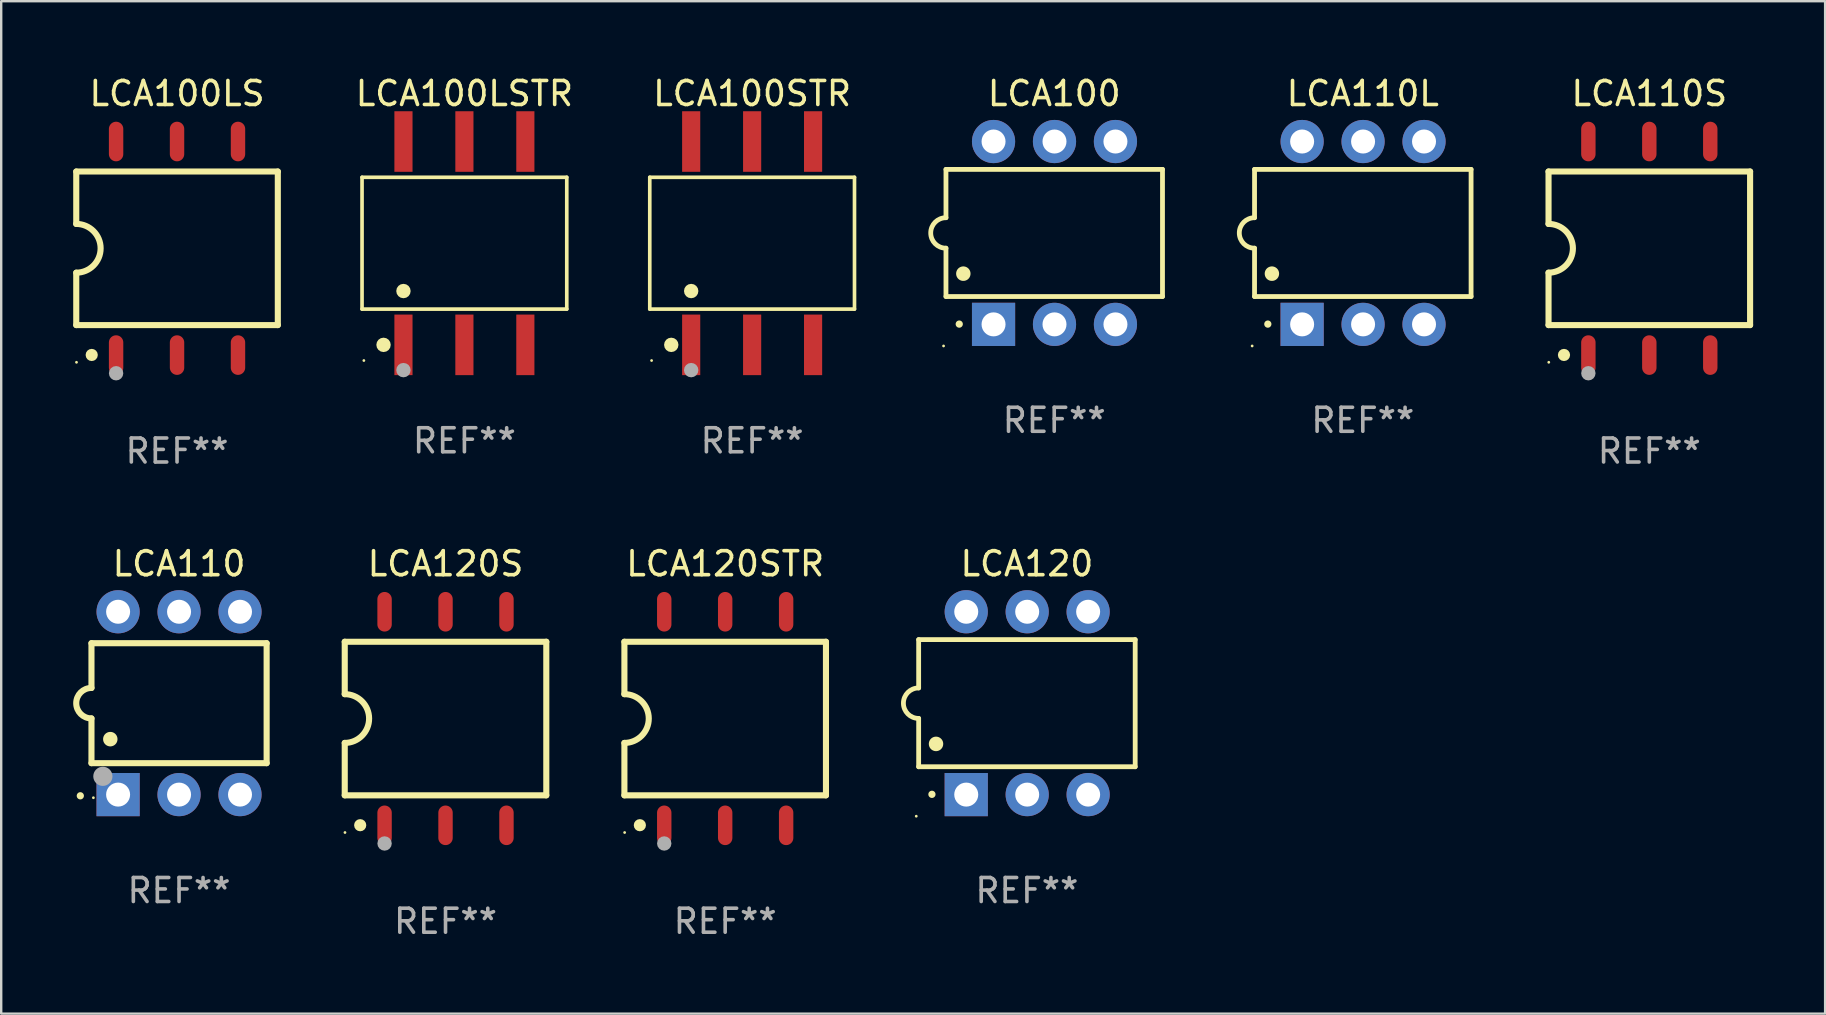
<source format=kicad_pcb>
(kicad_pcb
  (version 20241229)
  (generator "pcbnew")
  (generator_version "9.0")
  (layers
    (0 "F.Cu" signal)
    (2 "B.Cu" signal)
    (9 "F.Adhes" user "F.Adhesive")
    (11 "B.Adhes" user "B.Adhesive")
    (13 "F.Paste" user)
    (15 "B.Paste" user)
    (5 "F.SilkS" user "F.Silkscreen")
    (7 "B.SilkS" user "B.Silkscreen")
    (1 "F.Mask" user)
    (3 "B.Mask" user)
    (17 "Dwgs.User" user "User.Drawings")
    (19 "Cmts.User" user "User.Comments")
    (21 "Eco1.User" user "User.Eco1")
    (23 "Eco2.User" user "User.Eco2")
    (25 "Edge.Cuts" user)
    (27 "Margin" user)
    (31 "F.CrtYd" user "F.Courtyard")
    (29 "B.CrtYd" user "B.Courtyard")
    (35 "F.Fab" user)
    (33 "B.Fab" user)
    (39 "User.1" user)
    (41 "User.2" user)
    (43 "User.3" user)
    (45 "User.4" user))
  (footprint "LCA120"
    (layer "F.Cu")
    (at 39.747 26.255)
    (property "Reference" "LCA120" (at 0 -5.81 0) (layer "F.SilkS") (effects (font (size 1 1) (thickness 0.15))))
    (attr through_hole)
    (fp_line (start -4.512 -2.649) (end 4.512 -2.649) (stroke (width 0.2) (type solid)) (layer "F.SilkS"))
    (fp_line (start -4.512 -0.635) (end -4.512 -2.649) (stroke (width 0.2) (type solid)) (layer "F.SilkS"))
    (fp_line (start -4.512 2.649) (end -4.512 0.635) (stroke (width 0.2) (type solid)) (layer "F.SilkS"))
    (fp_line (start 4.512 -2.649) (end 4.512 2.649) (stroke (width 0.2) (type solid)) (layer "F.SilkS"))
    (fp_line (start 4.512 2.649) (end -4.512 2.649) (stroke (width 0.2) (type solid)) (layer "F.SilkS"))
    (fp_arc (start -4.512319 0.635001) (mid -5.14732 0) (end -4.512319 -0.635001) (stroke (width 0.2) (type solid)) (layer "F.SilkS"))
    (fp_arc (start -3.958598 3.799848) (mid -3.958603 3.798578) (end -3.958598 3.797308) (stroke (width 0.3) (type solid)) (layer "F.SilkS"))
    (fp_arc (start -3.788418 1.699263) (mid -3.788429 1.696723) (end -3.788418 1.694183) (stroke (width 0.6) (type solid)) (layer "F.SilkS"))
    (fp_circle (center -4.612 4.71) (end -4.582 4.71) (stroke (width 0.06) (type solid)) (fill no) (layer "F.SilkS"))
    (fp_text user "REF**" (at 0 7.81 0) (layer "F.Fab") (effects (font (size 1 1) (thickness 0.15))))
    (pad "1" thru_hole rect (at -2.529 3.81 90) (size 1.8 1.8) (drill 1) (layers "*.Cu" "*.Mask"))
    (pad "2" thru_hole circle (at 0.011 3.81) (size 1.8 1.8) (drill 1) (layers "*.Cu" "*.Mask"))
    (pad "3" thru_hole circle (at 2.551 3.81) (size 1.8 1.8) (drill 1) (layers "*.Cu" "*.Mask"))
    (pad "4" thru_hole circle (at 2.551 -3.81) (size 1.8 1.8) (drill 1) (layers "*.Cu" "*.Mask"))
    (pad "5" thru_hole circle (at 0.011 -3.81) (size 1.8 1.8) (drill 1) (layers "*.Cu" "*.Mask"))
    (pad "6" thru_hole circle (at -2.529 -3.81) (size 1.8 1.8) (drill 1) (layers "*.Cu" "*.Mask")))
  (footprint "LCA100LSTR"
    (layer "F.Cu")
    (at 16.304 7.085)
    (property "Reference" "LCA100LSTR" (at 0 -6.237 0) (layer "F.SilkS") (effects (font (size 1 1) (thickness 0.15))))
    (attr through_hole)
    (fp_line (start -4.266 -2.746) (end 4.266 -2.746) (stroke (width 0.152) (type solid)) (layer "F.SilkS"))
    (fp_line (start -4.266 2.746) (end -4.266 -2.746) (stroke (width 0.152) (type solid)) (layer "F.SilkS"))
    (fp_line (start 4.266 -2.746) (end 4.266 2.746) (stroke (width 0.152) (type solid)) (layer "F.SilkS"))
    (fp_line (start 4.266 2.746) (end -4.266 2.746) (stroke (width 0.152) (type solid)) (layer "F.SilkS"))
    (fp_circle (center -4.19 4.89) (end -4.16 4.89) (stroke (width 0.06) (type solid)) (fill no) (layer "F.SilkS"))
    (fp_circle (center -3.37 4.237) (end -3.22 4.237) (stroke (width 0.3) (type solid)) (fill no) (layer "F.SilkS"))
    (fp_circle (center -2.54 1.994) (end -2.39 1.994) (stroke (width 0.3) (type solid)) (fill no) (layer "F.SilkS"))
    (fp_circle (center -2.54 5.29) (end -2.39 5.29) (stroke (width 0.3) (type solid)) (fill no) (layer "F.Fab"))
    (fp_text user "REF**" (at 0 8.237 0) (layer "F.Fab") (effects (font (size 1 1) (thickness 0.15))))
    (pad "1" smd rect (at -2.54 4.237) (size 0.756 2.524) (layers "F.Cu" "F.Mask" "F.Paste"))
    (pad "2" smd rect (at 0 4.237) (size 0.756 2.524) (layers "F.Cu" "F.Mask" "F.Paste"))
    (pad "3" smd rect (at 2.54 4.237) (size 0.756 2.524) (layers "F.Cu" "F.Mask" "F.Paste"))
    (pad "4" smd rect (at 2.54 -4.237) (size 0.756 2.524) (layers "F.Cu" "F.Mask" "F.Paste"))
    (pad "5" smd rect (at 0 -4.237) (size 0.756 2.524) (layers "F.Cu" "F.Mask" "F.Paste"))
    (pad "6" smd rect (at -2.54 -4.237) (size 0.756 2.524) (layers "F.Cu" "F.Mask" "F.Paste")))
  (footprint "LCA120STR"
    (layer "F.Cu")
    (at 27.172 26.895)
    (property "Reference" "LCA120STR" (at 0 -6.45 0) (layer "F.SilkS") (effects (font (size 1 1) (thickness 0.15))))
    (attr through_hole)
    (fp_line (start -4.2 -3.2) (end -4.2 -1.016) (stroke (width 0.254) (type solid)) (layer "F.SilkS"))
    (fp_line (start -4.2 -3.2) (end 4.2 -3.2) (stroke (width 0.254) (type solid)) (layer "F.SilkS"))
    (fp_line (start -4.2 3.2) (end -4.2 1.016) (stroke (width 0.254) (type solid)) (layer "F.SilkS"))
    (fp_line (start 4.2 -3.2) (end 4.2 3.2) (stroke (width 0.254) (type solid)) (layer "F.SilkS"))
    (fp_line (start 4.2 3.2) (end -4.2 3.2) (stroke (width 0.254) (type solid)) (layer "F.SilkS"))
    (fp_arc (start -4.201169 -1.016003) (mid -3.185166 -0.000585) (end -4.2 1.016002) (stroke (width 0.254001) (type solid)) (layer "F.SilkS"))
    (fp_circle (center -4.19 4.75) (end -4.16 4.75) (stroke (width 0.06) (type solid)) (fill no) (layer "F.SilkS"))
    (fp_circle (center -3.556 4.445) (end -3.429 4.445) (stroke (width 0.254) (type solid)) (fill no) (layer "F.SilkS"))
    (fp_circle (center -2.54 5.207) (end -2.39 5.207) (stroke (width 0.3) (type solid)) (fill no) (layer "F.Fab"))
    (fp_text user "REF**" (at 0 8.45 0) (layer "F.Fab") (effects (font (size 1 1) (thickness 0.15))))
    (pad "1" smd oval (at -2.54 4.45 90) (size 1.65 0.6) (layers "F.Cu" "F.Mask" "F.Paste"))
    (pad "2" smd oval (at 0 4.45 90) (size 1.65 0.6) (layers "F.Cu" "F.Mask" "F.Paste"))
    (pad "3" smd oval (at 2.54 4.45 90) (size 1.65 0.6) (layers "F.Cu" "F.Mask" "F.Paste"))
    (pad "4" smd oval (at 2.54 -4.45 90) (size 1.65 0.6) (layers "F.Cu" "F.Mask" "F.Paste"))
    (pad "5" smd oval (at 0 -4.45 90) (size 1.65 0.6) (layers "F.Cu" "F.Mask" "F.Paste"))
    (pad "6" smd oval (at -2.54 -4.45 90) (size 1.65 0.6) (layers "F.Cu" "F.Mask" "F.Paste")))
  (footprint "LCA110"
    (layer "F.Cu")
    (at 4.412 26.255)
    (property "Reference" "LCA110" (at 0 -5.81 0) (layer "F.SilkS") (effects (font (size 1 1) (thickness 0.15))))
    (attr through_hole)
    (fp_line (start -3.65 -2.5) (end 3.65 -2.5) (stroke (width 0.254) (type solid)) (layer "F.SilkS"))
    (fp_line (start -3.65 -0.635) (end -3.65 -2.5) (stroke (width 0.254) (type solid)) (layer "F.SilkS"))
    (fp_line (start -3.65 0.635) (end -3.65 2.5) (stroke (width 0.254) (type solid)) (layer "F.SilkS"))
    (fp_line (start -3.65 2.5) (end 3.65 2.5) (stroke (width 0.254) (type solid)) (layer "F.SilkS"))
    (fp_line (start 3.65 -2.5) (end 3.65 2.5) (stroke (width 0.254) (type solid)) (layer "F.SilkS"))
    (fp_arc (start -4.114808 3.860808) (mid -4.114813 3.859538) (end -4.114808 3.858268) (stroke (width 0.3) (type solid)) (layer "F.SilkS"))
    (fp_arc (start -3.650013 0.635001) (mid -4.285014 0) (end -3.650013 -0.635001) (stroke (width 0.254001) (type solid)) (layer "F.SilkS"))
    (fp_arc (start -2.865405 1.501143) (mid -2.865416 1.498603) (end -2.865405 1.496063) (stroke (width 0.6) (type solid)) (layer "F.SilkS"))
    (fp_circle (center -3.57 3.94) (end -3.54 3.94) (stroke (width 0.06) (type solid)) (fill no) (layer "F.SilkS"))
    (fp_circle (center -3.175 3.048) (end -2.975 3.048) (stroke (width 0.4) (type solid)) (fill no) (layer "F.Fab"))
    (fp_text user "REF**" (at 0 7.81 0) (layer "F.Fab") (effects (font (size 1 1) (thickness 0.15))))
    (pad "1" thru_hole rect (at -2.54 3.81 90) (size 1.8 1.8) (drill 1) (layers "*.Cu" "*.Mask"))
    (pad "2" thru_hole circle (at 0 3.81) (size 1.8 1.8) (drill 1) (layers "*.Cu" "*.Mask"))
    (pad "3" thru_hole circle (at 2.54 3.81) (size 1.8 1.8) (drill 1) (layers "*.Cu" "*.Mask"))
    (pad "4" thru_hole circle (at 2.54 -3.81) (size 1.8 1.8) (drill 1) (layers "*.Cu" "*.Mask"))
    (pad "5" thru_hole circle (at 0 -3.81) (size 1.8 1.8) (drill 1) (layers "*.Cu" "*.Mask"))
    (pad "6" thru_hole circle (at -2.54 -3.81) (size 1.8 1.8) (drill 1) (layers "*.Cu" "*.Mask")))
  (footprint "LCA100LS"
    (layer "F.Cu")
    (at 4.328 7.298)
    (property "Reference" "LCA100LS" (at 0 -6.45 0) (layer "F.SilkS") (effects (font (size 1 1) (thickness 0.15))))
    (attr through_hole)
    (fp_line (start -4.2 -3.2) (end -4.2 -1.016) (stroke (width 0.254) (type solid)) (layer "F.SilkS"))
    (fp_line (start -4.2 -3.2) (end 4.2 -3.2) (stroke (width 0.254) (type solid)) (layer "F.SilkS"))
    (fp_line (start -4.2 3.2) (end -4.2 1.016) (stroke (width 0.254) (type solid)) (layer "F.SilkS"))
    (fp_line (start 4.2 -3.2) (end 4.2 3.2) (stroke (width 0.254) (type solid)) (layer "F.SilkS"))
    (fp_line (start 4.2 3.2) (end -4.2 3.2) (stroke (width 0.254) (type solid)) (layer "F.SilkS"))
    (fp_arc (start -4.201169 -1.016003) (mid -3.185166 -0.000585) (end -4.2 1.016002) (stroke (width 0.254001) (type solid)) (layer "F.SilkS"))
    (fp_circle (center -4.19 4.75) (end -4.16 4.75) (stroke (width 0.06) (type solid)) (fill no) (layer "F.SilkS"))
    (fp_circle (center -3.556 4.445) (end -3.429 4.445) (stroke (width 0.254) (type solid)) (fill no) (layer "F.SilkS"))
    (fp_circle (center -2.54 5.207) (end -2.39 5.207) (stroke (width 0.3) (type solid)) (fill no) (layer "F.Fab"))
    (fp_text user "REF**" (at 0 8.45 0) (layer "F.Fab") (effects (font (size 1 1) (thickness 0.15))))
    (pad "1" smd oval (at -2.54 4.45 90) (size 1.65 0.6) (layers "F.Cu" "F.Mask" "F.Paste"))
    (pad "2" smd oval (at 0 4.45 90) (size 1.65 0.6) (layers "F.Cu" "F.Mask" "F.Paste"))
    (pad "3" smd oval (at 2.54 4.45 90) (size 1.65 0.6) (layers "F.Cu" "F.Mask" "F.Paste"))
    (pad "4" smd oval (at 2.54 -4.45 90) (size 1.65 0.6) (layers "F.Cu" "F.Mask" "F.Paste"))
    (pad "5" smd oval (at 0 -4.45 90) (size 1.65 0.6) (layers "F.Cu" "F.Mask" "F.Paste"))
    (pad "6" smd oval (at -2.54 -4.45 90) (size 1.65 0.6) (layers "F.Cu" "F.Mask" "F.Paste")))
  (footprint "LCA120S"
    (layer "F.Cu")
    (at 15.517 26.895)
    (property "Reference" "LCA120S" (at 0 -6.45 0) (layer "F.SilkS") (effects (font (size 1 1) (thickness 0.15))))
    (attr through_hole)
    (fp_line (start -4.2 -3.2) (end -4.2 -1.016) (stroke (width 0.254) (type solid)) (layer "F.SilkS"))
    (fp_line (start -4.2 -3.2) (end 4.2 -3.2) (stroke (width 0.254) (type solid)) (layer "F.SilkS"))
    (fp_line (start -4.2 3.2) (end -4.2 1.016) (stroke (width 0.254) (type solid)) (layer "F.SilkS"))
    (fp_line (start 4.2 -3.2) (end 4.2 3.2) (stroke (width 0.254) (type solid)) (layer "F.SilkS"))
    (fp_line (start 4.2 3.2) (end -4.2 3.2) (stroke (width 0.254) (type solid)) (layer "F.SilkS"))
    (fp_arc (start -4.201169 -1.016003) (mid -3.185166 -0.000585) (end -4.2 1.016002) (stroke (width 0.254001) (type solid)) (layer "F.SilkS"))
    (fp_circle (center -4.19 4.75) (end -4.16 4.75) (stroke (width 0.06) (type solid)) (fill no) (layer "F.SilkS"))
    (fp_circle (center -3.556 4.445) (end -3.429 4.445) (stroke (width 0.254) (type solid)) (fill no) (layer "F.SilkS"))
    (fp_circle (center -2.54 5.207) (end -2.39 5.207) (stroke (width 0.3) (type solid)) (fill no) (layer "F.Fab"))
    (fp_text user "REF**" (at 0 8.45 0) (layer "F.Fab") (effects (font (size 1 1) (thickness 0.15))))
    (pad "1" smd oval (at -2.54 4.45 90) (size 1.65 0.6) (layers "F.Cu" "F.Mask" "F.Paste"))
    (pad "2" smd oval (at 0 4.45 90) (size 1.65 0.6) (layers "F.Cu" "F.Mask" "F.Paste"))
    (pad "3" smd oval (at 2.54 4.45 90) (size 1.65 0.6) (layers "F.Cu" "F.Mask" "F.Paste"))
    (pad "4" smd oval (at 2.54 -4.45 90) (size 1.65 0.6) (layers "F.Cu" "F.Mask" "F.Paste"))
    (pad "5" smd oval (at 0 -4.45 90) (size 1.65 0.6) (layers "F.Cu" "F.Mask" "F.Paste"))
    (pad "6" smd oval (at -2.54 -4.45 90) (size 1.65 0.6) (layers "F.Cu" "F.Mask" "F.Paste")))
  (footprint "LCA100STR"
    (layer "F.Cu")
    (at 28.295 7.085)
    (property "Reference" "LCA100STR" (at 0 -6.237 0) (layer "F.SilkS") (effects (font (size 1 1) (thickness 0.15))))
    (attr through_hole)
    (fp_line (start -4.266 -2.746) (end 4.266 -2.746) (stroke (width 0.152) (type solid)) (layer "F.SilkS"))
    (fp_line (start -4.266 2.746) (end -4.266 -2.746) (stroke (width 0.152) (type solid)) (layer "F.SilkS"))
    (fp_line (start 4.266 -2.746) (end 4.266 2.746) (stroke (width 0.152) (type solid)) (layer "F.SilkS"))
    (fp_line (start 4.266 2.746) (end -4.266 2.746) (stroke (width 0.152) (type solid)) (layer "F.SilkS"))
    (fp_circle (center -4.19 4.89) (end -4.16 4.89) (stroke (width 0.06) (type solid)) (fill no) (layer "F.SilkS"))
    (fp_circle (center -3.37 4.237) (end -3.22 4.237) (stroke (width 0.3) (type solid)) (fill no) (layer "F.SilkS"))
    (fp_circle (center -2.54 1.994) (end -2.39 1.994) (stroke (width 0.3) (type solid)) (fill no) (layer "F.SilkS"))
    (fp_circle (center -2.54 5.29) (end -2.39 5.29) (stroke (width 0.3) (type solid)) (fill no) (layer "F.Fab"))
    (fp_text user "REF**" (at 0 8.237 0) (layer "F.Fab") (effects (font (size 1 1) (thickness 0.15))))
    (pad "1" smd rect (at -2.54 4.237) (size 0.756 2.524) (layers "F.Cu" "F.Mask" "F.Paste"))
    (pad "2" smd rect (at 0 4.237) (size 0.756 2.524) (layers "F.Cu" "F.Mask" "F.Paste"))
    (pad "3" smd rect (at 2.54 4.237) (size 0.756 2.524) (layers "F.Cu" "F.Mask" "F.Paste"))
    (pad "4" smd rect (at 2.54 -4.237) (size 0.756 2.524) (layers "F.Cu" "F.Mask" "F.Paste"))
    (pad "5" smd rect (at 0 -4.237) (size 0.756 2.524) (layers "F.Cu" "F.Mask" "F.Paste"))
    (pad "6" smd rect (at -2.54 -4.237) (size 0.756 2.524) (layers "F.Cu" "F.Mask" "F.Paste")))
  (footprint "LCA110S"
    (layer "F.Cu")
    (at 65.685 7.298)
    (property "Reference" "LCA110S" (at 0 -6.45 0) (layer "F.SilkS") (effects (font (size 1 1) (thickness 0.15))))
    (attr through_hole)
    (fp_line (start -4.2 -3.2) (end -4.2 -1.016) (stroke (width 0.254) (type solid)) (layer "F.SilkS"))
    (fp_line (start -4.2 -3.2) (end 4.2 -3.2) (stroke (width 0.254) (type solid)) (layer "F.SilkS"))
    (fp_line (start -4.2 3.2) (end -4.2 1.016) (stroke (width 0.254) (type solid)) (layer "F.SilkS"))
    (fp_line (start 4.2 -3.2) (end 4.2 3.2) (stroke (width 0.254) (type solid)) (layer "F.SilkS"))
    (fp_line (start 4.2 3.2) (end -4.2 3.2) (stroke (width 0.254) (type solid)) (layer "F.SilkS"))
    (fp_arc (start -4.201169 -1.016003) (mid -3.185166 -0.000585) (end -4.2 1.016002) (stroke (width 0.254001) (type solid)) (layer "F.SilkS"))
    (fp_circle (center -4.19 4.75) (end -4.16 4.75) (stroke (width 0.06) (type solid)) (fill no) (layer "F.SilkS"))
    (fp_circle (center -3.556 4.445) (end -3.429 4.445) (stroke (width 0.254) (type solid)) (fill no) (layer "F.SilkS"))
    (fp_circle (center -2.54 5.207) (end -2.39 5.207) (stroke (width 0.3) (type solid)) (fill no) (layer "F.Fab"))
    (fp_text user "REF**" (at 0 8.45 0) (layer "F.Fab") (effects (font (size 1 1) (thickness 0.15))))
    (pad "1" smd oval (at -2.54 4.45 90) (size 1.65 0.6) (layers "F.Cu" "F.Mask" "F.Paste"))
    (pad "2" smd oval (at 0 4.45 90) (size 1.65 0.6) (layers "F.Cu" "F.Mask" "F.Paste"))
    (pad "3" smd oval (at 2.54 4.45 90) (size 1.65 0.6) (layers "F.Cu" "F.Mask" "F.Paste"))
    (pad "4" smd oval (at 2.54 -4.45 90) (size 1.65 0.6) (layers "F.Cu" "F.Mask" "F.Paste"))
    (pad "5" smd oval (at 0 -4.45 90) (size 1.65 0.6) (layers "F.Cu" "F.Mask" "F.Paste"))
    (pad "6" smd oval (at -2.54 -4.45 90) (size 1.65 0.6) (layers "F.Cu" "F.Mask" "F.Paste")))
  (footprint "LCA100"
    (layer "F.Cu")
    (at 40.885 6.658)
    (property "Reference" "LCA100" (at 0 -5.81 0) (layer "F.SilkS") (effects (font (size 1 1) (thickness 0.15))))
    (attr through_hole)
    (fp_line (start -4.512 -2.649) (end 4.512 -2.649) (stroke (width 0.2) (type solid)) (layer "F.SilkS"))
    (fp_line (start -4.512 -0.635) (end -4.512 -2.649) (stroke (width 0.2) (type solid)) (layer "F.SilkS"))
    (fp_line (start -4.512 2.649) (end -4.512 0.635) (stroke (width 0.2) (type solid)) (layer "F.SilkS"))
    (fp_line (start 4.512 -2.649) (end 4.512 2.649) (stroke (width 0.2) (type solid)) (layer "F.SilkS"))
    (fp_line (start 4.512 2.649) (end -4.512 2.649) (stroke (width 0.2) (type solid)) (layer "F.SilkS"))
    (fp_arc (start -4.512319 0.635001) (mid -5.14732 0) (end -4.512319 -0.635001) (stroke (width 0.2) (type solid)) (layer "F.SilkS"))
    (fp_arc (start -3.958598 3.799848) (mid -3.958603 3.798578) (end -3.958598 3.797308) (stroke (width 0.3) (type solid)) (layer "F.SilkS"))
    (fp_arc (start -3.788418 1.699263) (mid -3.788429 1.696723) (end -3.788418 1.694183) (stroke (width 0.6) (type solid)) (layer "F.SilkS"))
    (fp_circle (center -4.612 4.71) (end -4.582 4.71) (stroke (width 0.06) (type solid)) (fill no) (layer "F.SilkS"))
    (fp_text user "REF**" (at 0 7.81 0) (layer "F.Fab") (effects (font (size 1 1) (thickness 0.15))))
    (pad "1" thru_hole rect (at -2.529 3.81 90) (size 1.8 1.8) (drill 1) (layers "*.Cu" "*.Mask"))
    (pad "2" thru_hole circle (at 0.011 3.81) (size 1.8 1.8) (drill 1) (layers "*.Cu" "*.Mask"))
    (pad "3" thru_hole circle (at 2.551 3.81) (size 1.8 1.8) (drill 1) (layers "*.Cu" "*.Mask"))
    (pad "4" thru_hole circle (at 2.551 -3.81) (size 1.8 1.8) (drill 1) (layers "*.Cu" "*.Mask"))
    (pad "5" thru_hole circle (at 0.011 -3.81) (size 1.8 1.8) (drill 1) (layers "*.Cu" "*.Mask"))
    (pad "6" thru_hole circle (at -2.529 -3.81) (size 1.8 1.8) (drill 1) (layers "*.Cu" "*.Mask")))
  (footprint "LCA110L"
    (layer "F.Cu")
    (at 53.745 6.658)
    (property "Reference" "LCA110L" (at 0 -5.81 0) (layer "F.SilkS") (effects (font (size 1 1) (thickness 0.15))))
    (attr through_hole)
    (fp_line (start -4.512 -2.649) (end 4.512 -2.649) (stroke (width 0.2) (type solid)) (layer "F.SilkS"))
    (fp_line (start -4.512 -0.635) (end -4.512 -2.649) (stroke (width 0.2) (type solid)) (layer "F.SilkS"))
    (fp_line (start -4.512 2.649) (end -4.512 0.635) (stroke (width 0.2) (type solid)) (layer "F.SilkS"))
    (fp_line (start 4.512 -2.649) (end 4.512 2.649) (stroke (width 0.2) (type solid)) (layer "F.SilkS"))
    (fp_line (start 4.512 2.649) (end -4.512 2.649) (stroke (width 0.2) (type solid)) (layer "F.SilkS"))
    (fp_arc (start -4.512319 0.635001) (mid -5.14732 0) (end -4.512319 -0.635001) (stroke (width 0.2) (type solid)) (layer "F.SilkS"))
    (fp_arc (start -3.958598 3.799848) (mid -3.958603 3.798578) (end -3.958598 3.797308) (stroke (width 0.3) (type solid)) (layer "F.SilkS"))
    (fp_arc (start -3.788418 1.699263) (mid -3.788429 1.696723) (end -3.788418 1.694183) (stroke (width 0.6) (type solid)) (layer "F.SilkS"))
    (fp_circle (center -4.612 4.71) (end -4.582 4.71) (stroke (width 0.06) (type solid)) (fill no) (layer "F.SilkS"))
    (fp_text user "REF**" (at 0 7.81 0) (layer "F.Fab") (effects (font (size 1 1) (thickness 0.15))))
    (pad "1" thru_hole rect (at -2.529 3.81 90) (size 1.8 1.8) (drill 1) (layers "*.Cu" "*.Mask"))
    (pad "2" thru_hole circle (at 0.011 3.81) (size 1.8 1.8) (drill 1) (layers "*.Cu" "*.Mask"))
    (pad "3" thru_hole circle (at 2.551 3.81) (size 1.8 1.8) (drill 1) (layers "*.Cu" "*.Mask"))
    (pad "4" thru_hole circle (at 2.551 -3.81) (size 1.8 1.8) (drill 1) (layers "*.Cu" "*.Mask"))
    (pad "5" thru_hole circle (at 0.011 -3.81) (size 1.8 1.8) (drill 1) (layers "*.Cu" "*.Mask"))
    (pad "6" thru_hole circle (at -2.529 -3.81) (size 1.8 1.8) (drill 1) (layers "*.Cu" "*.Mask")))
  (gr_rect
    (start -3 -3)
    (end 73.012 39.193)
    (stroke (width 0.1) (type default))
    (fill no)
    (layer "Edge.Cuts")))
</source>
